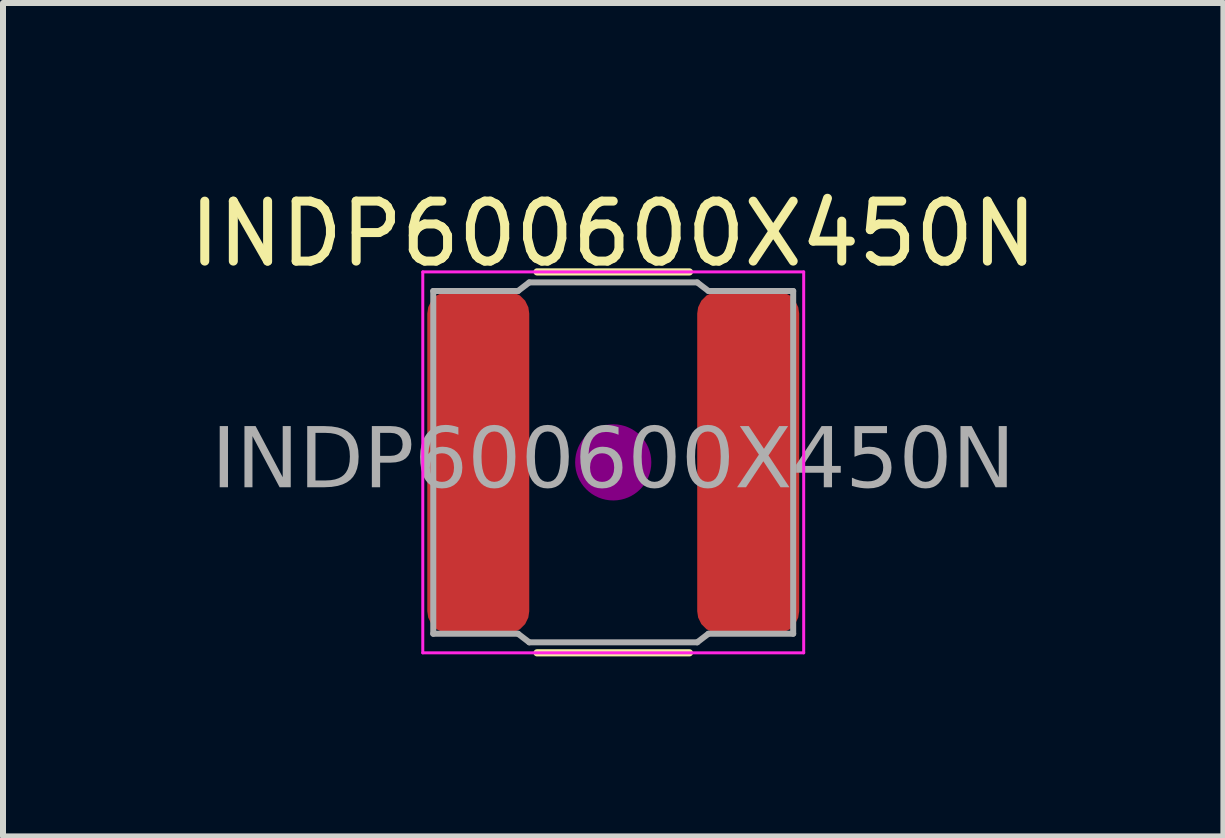
<source format=kicad_pcb>
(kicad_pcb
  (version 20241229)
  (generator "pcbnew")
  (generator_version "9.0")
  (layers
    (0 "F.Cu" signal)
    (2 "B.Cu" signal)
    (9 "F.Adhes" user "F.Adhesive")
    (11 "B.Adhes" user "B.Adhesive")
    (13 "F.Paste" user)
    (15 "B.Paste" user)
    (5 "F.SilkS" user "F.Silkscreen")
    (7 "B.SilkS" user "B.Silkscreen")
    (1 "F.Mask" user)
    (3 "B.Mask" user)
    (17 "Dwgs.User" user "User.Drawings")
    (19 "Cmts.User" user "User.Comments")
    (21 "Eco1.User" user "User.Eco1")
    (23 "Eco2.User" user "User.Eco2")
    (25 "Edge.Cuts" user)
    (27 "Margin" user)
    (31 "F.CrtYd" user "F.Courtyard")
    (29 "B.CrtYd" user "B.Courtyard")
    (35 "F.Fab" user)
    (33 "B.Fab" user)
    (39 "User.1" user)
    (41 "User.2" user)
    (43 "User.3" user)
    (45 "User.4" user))
  (footprint "INDP600600X450N"
    (layer "F.Cu")
    (at 7.173 4.658)
    (property "Reference" "INDP600600X450N" (at 0 -3.81 0) (layer "F.SilkS") (effects (font (size 1 1) (thickness 0.15))))
    (attr smd)
    (fp_line (start -1.27 -3.175) (end 1.27 -3.175) (stroke (width 0.12) (type solid)) (layer "F.SilkS"))
    (fp_line (start -1.27 3.175) (end 1.27 3.175) (stroke (width 0.12) (type solid)) (layer "F.SilkS"))
    (fp_circle (center 0 0) (end -0.635 0) (stroke (width 0) (type solid)) (fill yes) (layer "F.Adhes"))
    (fp_line (start -3.175 3.175) (end -3.175 -3.175) (stroke (width 0.05) (type solid)) (layer "F.CrtYd"))
    (fp_line (start -3.175 3.175) (end 3.175 3.175) (stroke (width 0.05) (type solid)) (layer "F.CrtYd"))
    (fp_line (start 3.175 -3.175) (end -3.175 -3.175) (stroke (width 0.05) (type solid)) (layer "F.CrtYd"))
    (fp_line (start 3.175 -3.175) (end 3.175 3.175) (stroke (width 0.05) (type solid)) (layer "F.CrtYd"))
    (fp_line (start -3 -2.857) (end -1.587 -2.857) (stroke (width 0.1) (type default)) (layer "F.Fab"))
    (fp_line (start -3 2.857) (end -3 -2.857) (stroke (width 0.1) (type default)) (layer "F.Fab"))
    (fp_line (start -3 2.857) (end -1.587 2.857) (stroke (width 0.1) (type default)) (layer "F.Fab"))
    (fp_line (start -1.587 -2.857) (end -1.4 -3) (stroke (width 0.1) (type default)) (layer "F.Fab"))
    (fp_line (start -1.587 2.857) (end -1.4 3) (stroke (width 0.1) (type default)) (layer "F.Fab"))
    (fp_line (start -1.4 -3) (end 1.4 -3) (stroke (width 0.1) (type default)) (layer "F.Fab"))
    (fp_line (start -1.4 3) (end 1.4 3) (stroke (width 0.1) (type default)) (layer "F.Fab"))
    (fp_line (start 1.587 -2.857) (end 1.4 -3) (stroke (width 0.1) (type default)) (layer "F.Fab"))
    (fp_line (start 1.587 2.857) (end 1.4 3) (stroke (width 0.1) (type default)) (layer "F.Fab"))
    (fp_line (start 3 -2.857) (end 1.587 -2.857) (stroke (width 0.1) (type default)) (layer "F.Fab"))
    (fp_line (start 3 2.857) (end 1.587 2.857) (stroke (width 0.1) (type default)) (layer "F.Fab"))
    (fp_line (start 3 2.857) (end 3 -2.857) (stroke (width 0.1) (type default)) (layer "F.Fab"))
    (fp_text user "${REFERENCE}" (at 0 0 0) (layer "F.Fab") (effects (font (face "Tahoma") (size 1 1) (thickness 0.15))))
    (pad "1" smd roundrect (at -2.25 0) (size 1.7 5.7) (layers "F.Cu" "F.Mask" "F.Paste") (roundrect_rratio 0.217))
    (pad "2" smd roundrect (at 2.25 0) (size 1.7 5.7) (layers "F.Cu" "F.Mask" "F.Paste") (roundrect_rratio 0.217)))
  (gr_rect
    (start -3 -3)
    (end 17.345 10.893)
    (stroke (width 0.1) (type default))
    (fill no)
    (layer "Edge.Cuts")))
</source>
